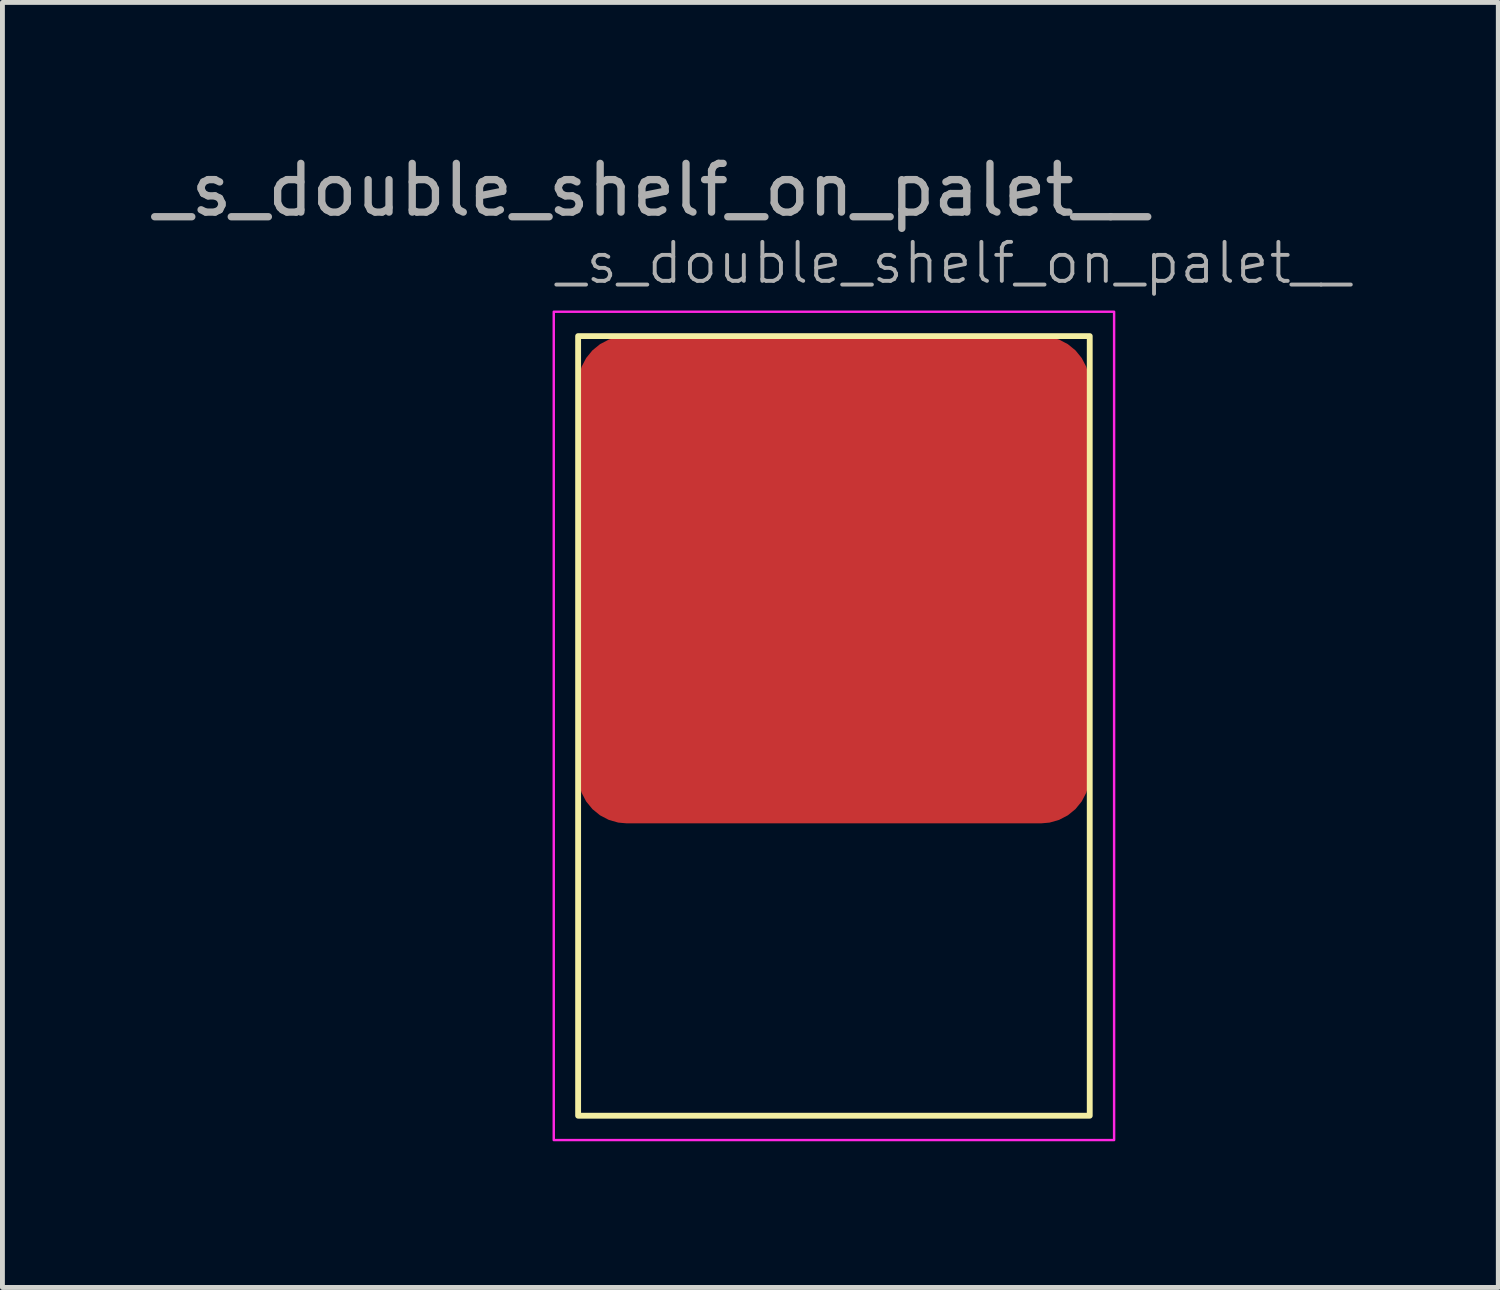
<source format=kicad_pcb>
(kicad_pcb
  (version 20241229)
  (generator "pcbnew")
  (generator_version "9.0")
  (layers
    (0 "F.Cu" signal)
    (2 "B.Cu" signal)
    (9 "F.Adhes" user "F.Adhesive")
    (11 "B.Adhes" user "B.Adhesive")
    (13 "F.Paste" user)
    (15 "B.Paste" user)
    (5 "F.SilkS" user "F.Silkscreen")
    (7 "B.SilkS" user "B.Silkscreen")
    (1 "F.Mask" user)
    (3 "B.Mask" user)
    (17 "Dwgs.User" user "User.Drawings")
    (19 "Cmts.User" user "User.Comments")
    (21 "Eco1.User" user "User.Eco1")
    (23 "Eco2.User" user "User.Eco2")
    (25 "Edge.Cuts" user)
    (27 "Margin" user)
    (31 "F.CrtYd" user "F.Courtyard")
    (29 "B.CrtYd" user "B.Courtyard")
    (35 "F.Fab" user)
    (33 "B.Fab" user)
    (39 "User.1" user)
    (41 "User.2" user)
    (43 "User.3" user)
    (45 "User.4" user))
  (footprint "_s_double_shelf_on_palet__"
    (layer "F.Cu")
    (at 8.815 3.848)
    (property "Reference" "_s_double_shelf_on_palet__" (at -0.5 -1.5 0) (unlocked yes) (layer "F.Fab") (effects (font (size 0.8 0.8) (thickness 0.08)) (justify left)))
    (attr smd)
    (fp_rect (start 0 0) (end 10.5 16) (stroke (width 0.12) (type solid)) (fill no) (layer "F.SilkS"))
    (fp_rect (start -0.5 -0.5) (end 11 16.5) (stroke (width 0.05) (type solid)) (fill no) (layer "F.CrtYd"))
    (fp_text user "${REFERENCE}" (at 1.5 -3 0) (unlocked yes) (layer "F.Fab") (effects (font (size 1 1) (thickness 0.15))))
    (pad "1" smd roundrect (at 5.25 5) (size 10.5 10) (layers "F.Cu" "F.Mask" "F.Paste") (roundrect_rratio 0.1)))
  (gr_rect
    (start -3 -3)
    (end 27.7 23.373)
    (stroke (width 0.1) (type default))
    (fill no)
    (layer "Edge.Cuts")))
</source>
